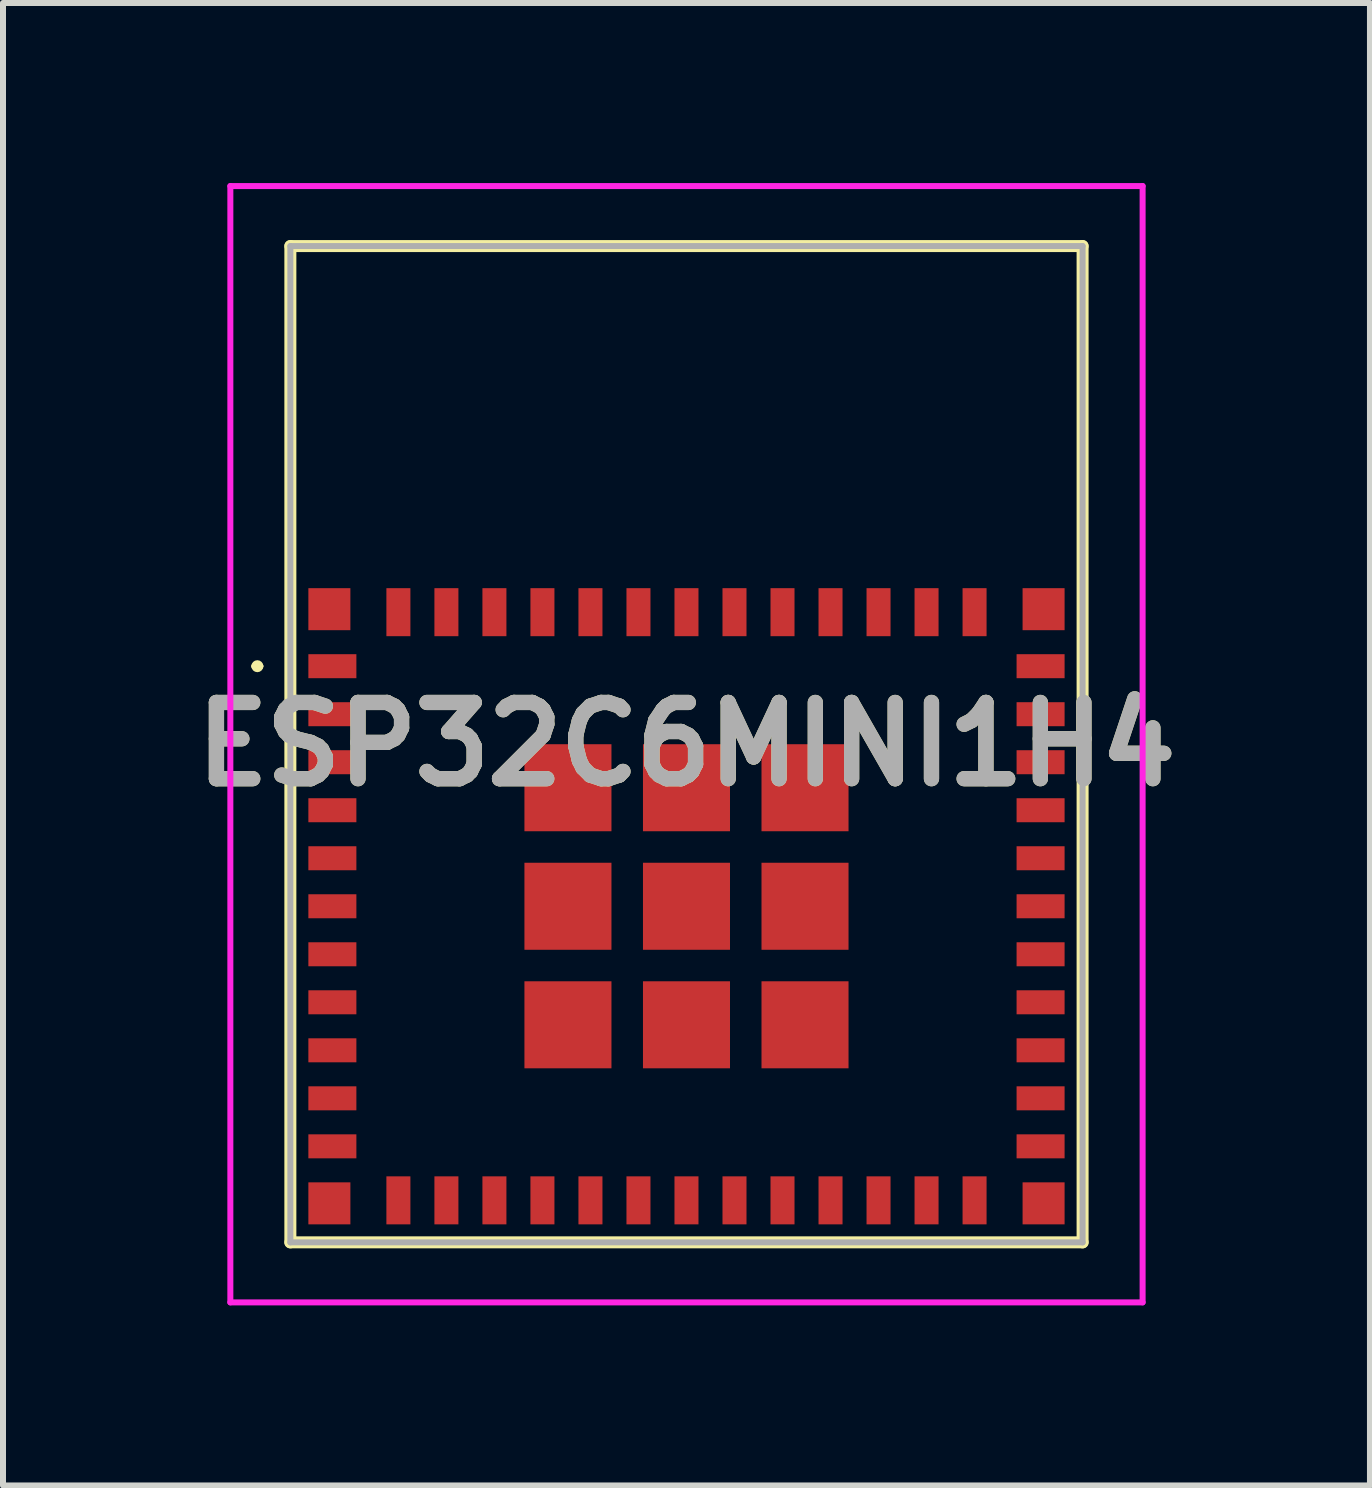
<source format=kicad_pcb>
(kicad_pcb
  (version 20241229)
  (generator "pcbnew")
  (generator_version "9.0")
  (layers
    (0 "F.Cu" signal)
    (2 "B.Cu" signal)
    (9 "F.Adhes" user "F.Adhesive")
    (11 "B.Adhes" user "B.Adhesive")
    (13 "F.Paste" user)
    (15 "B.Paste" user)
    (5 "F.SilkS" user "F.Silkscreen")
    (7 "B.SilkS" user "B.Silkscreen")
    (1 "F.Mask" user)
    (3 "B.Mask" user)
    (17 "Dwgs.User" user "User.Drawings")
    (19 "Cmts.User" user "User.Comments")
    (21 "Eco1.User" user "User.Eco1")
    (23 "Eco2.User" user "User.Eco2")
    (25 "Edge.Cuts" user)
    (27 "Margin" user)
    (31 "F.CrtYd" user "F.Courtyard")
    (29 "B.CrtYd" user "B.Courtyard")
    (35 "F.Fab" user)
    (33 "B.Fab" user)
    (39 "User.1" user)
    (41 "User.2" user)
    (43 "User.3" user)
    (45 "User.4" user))
  (footprint "ESP32C6MINI1H4"
    (layer "F.Cu")
    (at 8.388 9.35)
    (property "Reference" "ESP32C6MINI1H4" (at 0 0 0) (layer "F.SilkS") (effects (font (size 1.27 1.27) (thickness 0.254))))
    (attr smd)
    (fp_line (start -7.2 -1.3) (end -7.2 -1.3) (stroke (width 0.1) (type solid)) (layer "F.SilkS"))
    (fp_line (start -7.1 -1.3) (end -7.1 -1.3) (stroke (width 0.1) (type solid)) (layer "F.SilkS"))
    (fp_line (start -6.6 -8.3) (end 6.6 -8.3) (stroke (width 0.2) (type solid)) (layer "F.SilkS"))
    (fp_line (start -6.6 8.3) (end -6.6 -8.3) (stroke (width 0.2) (type solid)) (layer "F.SilkS"))
    (fp_line (start 6.6 -8.3) (end 6.6 8.3) (stroke (width 0.2) (type solid)) (layer "F.SilkS"))
    (fp_line (start 6.6 8.3) (end -6.6 8.3) (stroke (width 0.2) (type solid)) (layer "F.SilkS"))
    (fp_arc (start -7.2 -1.3) (mid -7.15 -1.35) (end -7.1 -1.3) (stroke (width 0.1) (type solid)) (layer "F.SilkS"))
    (fp_arc (start -7.1 -1.3) (mid -7.15 -1.25) (end -7.2 -1.3) (stroke (width 0.1) (type solid)) (layer "F.SilkS"))
    (fp_line (start -7.6 -9.3) (end 7.6 -9.3) (stroke (width 0.1) (type solid)) (layer "F.CrtYd"))
    (fp_line (start -7.6 9.3) (end -7.6 -9.3) (stroke (width 0.1) (type solid)) (layer "F.CrtYd"))
    (fp_line (start 7.6 -9.3) (end 7.6 9.3) (stroke (width 0.1) (type solid)) (layer "F.CrtYd"))
    (fp_line (start 7.6 9.3) (end -7.6 9.3) (stroke (width 0.1) (type solid)) (layer "F.CrtYd"))
    (fp_line (start -6.6 -8.3) (end 6.6 -8.3) (stroke (width 0.1) (type solid)) (layer "F.Fab"))
    (fp_line (start -6.6 8.3) (end -6.6 -8.3) (stroke (width 0.1) (type solid)) (layer "F.Fab"))
    (fp_line (start 6.6 -8.3) (end 6.6 8.3) (stroke (width 0.1) (type solid)) (layer "F.Fab"))
    (fp_line (start 6.6 8.3) (end -6.6 8.3) (stroke (width 0.1) (type solid)) (layer "F.Fab"))
    (fp_text user "${REFERENCE}" (at 0 0 0) (layer "F.Fab") (effects (font (size 1.27 1.27) (thickness 0.254))))
    (pad "1" smd rect (at -5.9 -1.3 90) (size 0.4 0.8) (layers "F.Cu" "F.Mask" "F.Paste"))
    (pad "2" smd rect (at -5.9 -0.5 90) (size 0.4 0.8) (layers "F.Cu" "F.Mask" "F.Paste"))
    (pad "3" smd rect (at -5.9 0.3 90) (size 0.4 0.8) (layers "F.Cu" "F.Mask" "F.Paste"))
    (pad "4" smd rect (at -5.9 1.1 90) (size 0.4 0.8) (layers "F.Cu" "F.Mask" "F.Paste"))
    (pad "5" smd rect (at -5.9 1.9 90) (size 0.4 0.8) (layers "F.Cu" "F.Mask" "F.Paste"))
    (pad "6" smd rect (at -5.9 2.7 90) (size 0.4 0.8) (layers "F.Cu" "F.Mask" "F.Paste"))
    (pad "7" smd rect (at -5.9 3.5 90) (size 0.4 0.8) (layers "F.Cu" "F.Mask" "F.Paste"))
    (pad "8" smd rect (at -5.9 4.3 90) (size 0.4 0.8) (layers "F.Cu" "F.Mask" "F.Paste"))
    (pad "9" smd rect (at -5.9 5.1 90) (size 0.4 0.8) (layers "F.Cu" "F.Mask" "F.Paste"))
    (pad "10" smd rect (at -5.9 5.9 90) (size 0.4 0.8) (layers "F.Cu" "F.Mask" "F.Paste"))
    (pad "11" smd rect (at -5.9 6.7 90) (size 0.4 0.8) (layers "F.Cu" "F.Mask" "F.Paste"))
    (pad "12" smd rect (at -4.8 7.6) (size 0.4 0.8) (layers "F.Cu" "F.Mask" "F.Paste"))
    (pad "13" smd rect (at -4 7.6) (size 0.4 0.8) (layers "F.Cu" "F.Mask" "F.Paste"))
    (pad "14" smd rect (at -3.2 7.6) (size 0.4 0.8) (layers "F.Cu" "F.Mask" "F.Paste"))
    (pad "15" smd rect (at -2.4 7.6) (size 0.4 0.8) (layers "F.Cu" "F.Mask" "F.Paste"))
    (pad "16" smd rect (at -1.6 7.6) (size 0.4 0.8) (layers "F.Cu" "F.Mask" "F.Paste"))
    (pad "17" smd rect (at -0.8 7.6) (size 0.4 0.8) (layers "F.Cu" "F.Mask" "F.Paste"))
    (pad "18" smd rect (at 0 7.6) (size 0.4 0.8) (layers "F.Cu" "F.Mask" "F.Paste"))
    (pad "19" smd rect (at 0.8 7.6) (size 0.4 0.8) (layers "F.Cu" "F.Mask" "F.Paste"))
    (pad "20" smd rect (at 1.6 7.6) (size 0.4 0.8) (layers "F.Cu" "F.Mask" "F.Paste"))
    (pad "21" smd rect (at 2.4 7.6) (size 0.4 0.8) (layers "F.Cu" "F.Mask" "F.Paste"))
    (pad "22" smd rect (at 3.2 7.6) (size 0.4 0.8) (layers "F.Cu" "F.Mask" "F.Paste"))
    (pad "23" smd rect (at 4 7.6) (size 0.4 0.8) (layers "F.Cu" "F.Mask" "F.Paste"))
    (pad "24" smd rect (at 4.8 7.6) (size 0.4 0.8) (layers "F.Cu" "F.Mask" "F.Paste"))
    (pad "25" smd rect (at 5.9 6.7 90) (size 0.4 0.8) (layers "F.Cu" "F.Mask" "F.Paste"))
    (pad "26" smd rect (at 5.9 5.9 90) (size 0.4 0.8) (layers "F.Cu" "F.Mask" "F.Paste"))
    (pad "27" smd rect (at 5.9 5.1 90) (size 0.4 0.8) (layers "F.Cu" "F.Mask" "F.Paste"))
    (pad "28" smd rect (at 5.9 4.3 90) (size 0.4 0.8) (layers "F.Cu" "F.Mask" "F.Paste"))
    (pad "29" smd rect (at 5.9 3.5 90) (size 0.4 0.8) (layers "F.Cu" "F.Mask" "F.Paste"))
    (pad "30" smd rect (at 5.9 2.7 90) (size 0.4 0.8) (layers "F.Cu" "F.Mask" "F.Paste"))
    (pad "31" smd rect (at 5.9 1.9 90) (size 0.4 0.8) (layers "F.Cu" "F.Mask" "F.Paste"))
    (pad "32" smd rect (at 5.9 1.1 90) (size 0.4 0.8) (layers "F.Cu" "F.Mask" "F.Paste"))
    (pad "33" smd rect (at 5.9 0.3 90) (size 0.4 0.8) (layers "F.Cu" "F.Mask" "F.Paste"))
    (pad "34" smd rect (at 5.9 -0.5 90) (size 0.4 0.8) (layers "F.Cu" "F.Mask" "F.Paste"))
    (pad "35" smd rect (at 5.9 -1.3 90) (size 0.4 0.8) (layers "F.Cu" "F.Mask" "F.Paste"))
    (pad "36" smd rect (at 4.8 -2.2) (size 0.4 0.8) (layers "F.Cu" "F.Mask" "F.Paste"))
    (pad "37" smd rect (at 4 -2.2) (size 0.4 0.8) (layers "F.Cu" "F.Mask" "F.Paste"))
    (pad "38" smd rect (at 3.2 -2.2) (size 0.4 0.8) (layers "F.Cu" "F.Mask" "F.Paste"))
    (pad "39" smd rect (at 2.4 -2.2) (size 0.4 0.8) (layers "F.Cu" "F.Mask" "F.Paste"))
    (pad "40" smd rect (at 1.6 -2.2) (size 0.4 0.8) (layers "F.Cu" "F.Mask" "F.Paste"))
    (pad "41" smd rect (at 0.8 -2.2) (size 0.4 0.8) (layers "F.Cu" "F.Mask" "F.Paste"))
    (pad "42" smd rect (at 0 -2.2) (size 0.4 0.8) (layers "F.Cu" "F.Mask" "F.Paste"))
    (pad "43" smd rect (at -0.8 -2.2) (size 0.4 0.8) (layers "F.Cu" "F.Mask" "F.Paste"))
    (pad "44" smd rect (at -1.6 -2.2) (size 0.4 0.8) (layers "F.Cu" "F.Mask" "F.Paste"))
    (pad "45" smd rect (at -2.4 -2.2) (size 0.4 0.8) (layers "F.Cu" "F.Mask" "F.Paste"))
    (pad "46" smd rect (at -3.2 -2.2) (size 0.4 0.8) (layers "F.Cu" "F.Mask" "F.Paste"))
    (pad "47" smd rect (at -4 -2.2) (size 0.4 0.8) (layers "F.Cu" "F.Mask" "F.Paste"))
    (pad "48" smd rect (at -4.8 -2.2) (size 0.4 0.8) (layers "F.Cu" "F.Mask" "F.Paste"))
    (pad "49" smd rect (at 0 2.7 90) (size 1.45 1.45) (layers "F.Cu" "F.Mask" "F.Paste"))
    (pad "50" smd rect (at 5.95 -2.25 90) (size 0.7 0.7) (layers "F.Cu" "F.Mask" "F.Paste"))
    (pad "51" smd rect (at 5.95 7.65 90) (size 0.7 0.7) (layers "F.Cu" "F.Mask" "F.Paste"))
    (pad "52" smd rect (at -5.95 7.65 90) (size 0.7 0.7) (layers "F.Cu" "F.Mask" "F.Paste"))
    (pad "53" smd rect (at -5.95 -2.25 90) (size 0.7 0.7) (layers "F.Cu" "F.Mask" "F.Paste"))
    (pad "54" smd rect (at -1.975 2.7 90) (size 1.45 1.45) (layers "F.Cu" "F.Mask" "F.Paste"))
    (pad "55" smd rect (at -1.975 4.675 90) (size 1.45 1.45) (layers "F.Cu" "F.Mask" "F.Paste"))
    (pad "56" smd rect (at 0 4.675 90) (size 1.45 1.45) (layers "F.Cu" "F.Mask" "F.Paste"))
    (pad "57" smd rect (at 1.975 4.675 90) (size 1.45 1.45) (layers "F.Cu" "F.Mask" "F.Paste"))
    (pad "58" smd rect (at 1.975 2.7 90) (size 1.45 1.45) (layers "F.Cu" "F.Mask" "F.Paste"))
    (pad "59" smd rect (at 1.975 0.725 90) (size 1.45 1.45) (layers "F.Cu" "F.Mask" "F.Paste"))
    (pad "60" smd rect (at 0 0.725 90) (size 1.45 1.45) (layers "F.Cu" "F.Mask" "F.Paste"))
    (pad "61" smd rect (at -1.975 0.725 90) (size 1.45 1.45) (layers "F.Cu" "F.Mask" "F.Paste")))
  (gr_rect
    (start -3 -3)
    (end 19.776 21.7)
    (stroke (width 0.1) (type default))
    (fill no)
    (layer "Edge.Cuts")))
</source>
